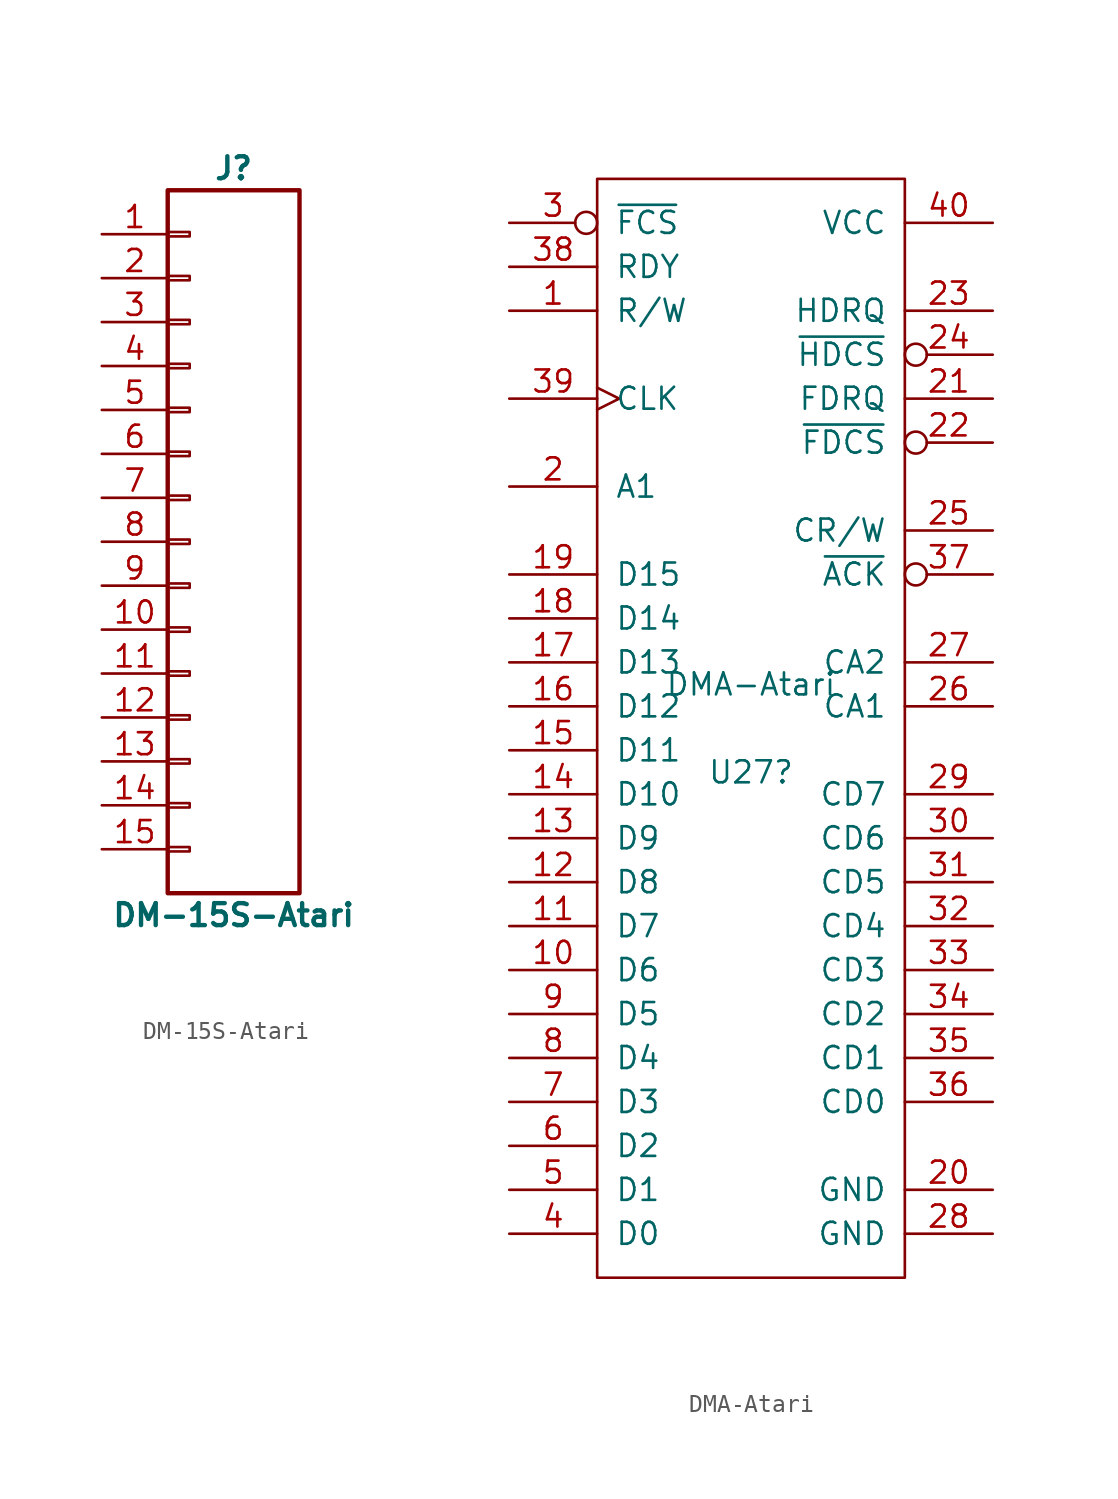
<source format=kicad_sym>
(kicad_symbol_lib
  (version 20231120)
  (generator "kicad_symbol_editor")
  (generator_version "8.0")
  (symbol "DM-15S-Atari"
    (pin_names
      (offset 1.016) hide)
    (property "Reference" "J"
      (at 0 21.59 0)
      (effects (font (size 1.27 1.27) (bold yes))))
    (property "Value" "DM-15S-Atari"
      (at 0 -21.59 0)
      (effects (font (size 1.27 1.27) (bold yes))))
    (symbol "DM-15S-Atari_1_1"
      (rectangle (start -3.81 -17.653) (end -2.54 -17.907) (stroke (width 0.152) (type solid)) (fill (type none)))
      (rectangle (start -3.81 -15.113) (end -2.54 -15.367) (stroke (width 0.152) (type solid)) (fill (type none)))
      (rectangle (start -3.81 -12.573) (end -2.54 -12.827) (stroke (width 0.152) (type solid)) (fill (type none)))
      (rectangle (start -3.81 -10.033) (end -2.54 -10.287) (stroke (width 0.152) (type solid)) (fill (type none)))
      (rectangle (start -3.81 -7.493) (end -2.54 -7.747) (stroke (width 0.152) (type solid)) (fill (type none)))
      (rectangle (start -3.81 -4.953) (end -2.54 -5.207) (stroke (width 0.152) (type solid)) (fill (type none)))
      (rectangle (start -3.81 -2.413) (end -2.54 -2.667) (stroke (width 0.152) (type solid)) (fill (type none)))
      (rectangle (start -3.81 0.127) (end -2.54 -0.127) (stroke (width 0.152) (type solid)) (fill (type none)))
      (rectangle (start -3.81 2.667) (end -2.54 2.413) (stroke (width 0.152) (type solid)) (fill (type none)))
      (rectangle (start -3.81 5.207) (end -2.54 4.953) (stroke (width 0.152) (type solid)) (fill (type none)))
      (rectangle (start -3.81 7.747) (end -2.54 7.493) (stroke (width 0.152) (type solid)) (fill (type none)))
      (rectangle (start -3.81 10.287) (end -2.54 10.033) (stroke (width 0.152) (type solid)) (fill (type none)))
      (rectangle (start -3.81 12.827) (end -2.54 12.573) (stroke (width 0.152) (type solid)) (fill (type none)))
      (rectangle (start -3.81 15.367) (end -2.54 15.113) (stroke (width 0.152) (type solid)) (fill (type none)))
      (rectangle (start -3.81 17.907) (end -2.54 17.653) (stroke (width 0.152) (type solid)) (fill (type none)))
      (rectangle (start -3.81 20.32) (end 3.81 -20.32) (stroke (width 0.254) (type solid)) (fill (type none)))
      (pin passive line (at -7.62 17.78 0) (length 3.81) (name "Pin_1" (effects (font (size 1.27 1.27)))) (number "1" (effects (font (size 1.27 1.27)))))
      (pin passive line (at -7.62 -5.08 0) (length 3.81) (name "Pin_10" (effects (font (size 1.27 1.27)))) (number "10" (effects (font (size 1.27 1.27)))))
      (pin passive line (at -7.62 -7.62 0) (length 3.81) (name "Pin_11" (effects (font (size 1.27 1.27)))) (number "11" (effects (font (size 1.27 1.27)))))
      (pin passive line (at -7.62 -10.16 0) (length 3.81) (name "Pin_12" (effects (font (size 1.27 1.27)))) (number "12" (effects (font (size 1.27 1.27)))))
      (pin passive line (at -7.62 -12.7 0) (length 3.81) (name "Pin_13" (effects (font (size 1.27 1.27)))) (number "13" (effects (font (size 1.27 1.27)))))
      (pin passive line (at -7.62 -15.24 0) (length 3.81) (name "Pin_14" (effects (font (size 1.27 1.27)))) (number "14" (effects (font (size 1.27 1.27)))))
      (pin passive line (at -7.62 -17.78 0) (length 3.81) (name "Pin_15" (effects (font (size 1.27 1.27)))) (number "15" (effects (font (size 1.27 1.27)))))
      (pin passive line (at -7.62 15.24 0) (length 3.81) (name "Pin_2" (effects (font (size 1.27 1.27)))) (number "2" (effects (font (size 1.27 1.27)))))
      (pin passive line (at -7.62 12.7 0) (length 3.81) (name "Pin_3" (effects (font (size 1.27 1.27)))) (number "3" (effects (font (size 1.27 1.27)))))
      (pin passive line (at -7.62 10.16 0) (length 3.81) (name "Pin_4" (effects (font (size 1.27 1.27)))) (number "4" (effects (font (size 1.27 1.27)))))
      (pin passive line (at -7.62 7.62 0) (length 3.81) (name "Pin_5" (effects (font (size 1.27 1.27)))) (number "5" (effects (font (size 1.27 1.27)))))
      (pin passive line (at -7.62 5.08 0) (length 3.81) (name "Pin_6" (effects (font (size 1.27 1.27)))) (number "6" (effects (font (size 1.27 1.27)))))
      (pin passive line (at -7.62 2.54 0) (length 3.81) (name "Pin_7" (effects (font (size 1.27 1.27)))) (number "7" (effects (font (size 1.27 1.27)))))
      (pin passive line (at -7.62 0 0) (length 3.81) (name "Pin_8" (effects (font (size 1.27 1.27)))) (number "8" (effects (font (size 1.27 1.27)))))
      (pin passive line (at -7.62 -2.54 0) (length 3.81) (name "Pin_9" (effects (font (size 1.27 1.27)))) (number "9" (effects (font (size 1.27 1.27)))))))
  (symbol "DMA-Atari"
    (pin_names
      (offset 1.016))
    (property "Reference" "U27"
      (at 0 -2.54 0)
      (effects (font (size 1.27 1.27))))
    (property "Value" "DMA-Atari"
      (at 0 2.54 0)
      (effects (font (size 1.27 1.27))))
    (property "Footprint" ""
      (at 0 0 0)
      (effects (font (size 1.524 1.524))))
    (property "Datasheet" ""
      (at 0 0 0)
      (effects (font (size 1.524 1.524))))
    (symbol "DMA-Atari_1_0"
      (rectangle (start -8.89 -31.75) (end 8.89 31.75) (stroke (width 0) (type solid)) (fill (type none))))
    (symbol "DMA-Atari_1_1"
      (pin bidirectional line (at -13.97 24.13 0) (length 5.08) (name "R/W" (effects (font (size 1.27 1.27)))) (number "1" (effects (font (size 1.27 1.27)))))
      (pin bidirectional line (at -13.97 -13.97 0) (length 5.08) (name "D6" (effects (font (size 1.27 1.27)))) (number "10" (effects (font (size 1.27 1.27)))))
      (pin bidirectional line (at -13.97 -11.43 0) (length 5.08) (name "D7" (effects (font (size 1.27 1.27)))) (number "11" (effects (font (size 1.27 1.27)))))
      (pin bidirectional line (at -13.97 -8.89 0) (length 5.08) (name "D8" (effects (font (size 1.27 1.27)))) (number "12" (effects (font (size 1.27 1.27)))))
      (pin bidirectional line (at -13.97 -6.35 0) (length 5.08) (name "D9" (effects (font (size 1.27 1.27)))) (number "13" (effects (font (size 1.27 1.27)))))
      (pin bidirectional line (at -13.97 -3.81 0) (length 5.08) (name "D10" (effects (font (size 1.27 1.27)))) (number "14" (effects (font (size 1.27 1.27)))))
      (pin bidirectional line (at -13.97 -1.27 0) (length 5.08) (name "D11" (effects (font (size 1.27 1.27)))) (number "15" (effects (font (size 1.27 1.27)))))
      (pin bidirectional line (at -13.97 1.27 0) (length 5.08) (name "D12" (effects (font (size 1.27 1.27)))) (number "16" (effects (font (size 1.27 1.27)))))
      (pin bidirectional line (at -13.97 3.81 0) (length 5.08) (name "D13" (effects (font (size 1.27 1.27)))) (number "17" (effects (font (size 1.27 1.27)))))
      (pin bidirectional line (at -13.97 6.35 0) (length 5.08) (name "D14" (effects (font (size 1.27 1.27)))) (number "18" (effects (font (size 1.27 1.27)))))
      (pin bidirectional line (at -13.97 8.89 0) (length 5.08) (name "D15" (effects (font (size 1.27 1.27)))) (number "19" (effects (font (size 1.27 1.27)))))
      (pin input line (at -13.97 13.97 0) (length 5.08) (name "A1" (effects (font (size 1.27 1.27)))) (number "2" (effects (font (size 1.27 1.27)))))
      (pin power_in line (at 13.97 -26.67 180) (length 5.08) (name "GND" (effects (font (size 1.27 1.27)))) (number "20" (effects (font (size 1.27 1.27)))))
      (pin bidirectional line (at 13.97 19.05 180) (length 5.08) (name "FDRQ" (effects (font (size 1.27 1.27)))) (number "21" (effects (font (size 1.27 1.27)))))
      (pin bidirectional inverted (at 13.97 16.51 180) (length 5.08) (name "~{FDCS}" (effects (font (size 1.27 1.27)))) (number "22" (effects (font (size 1.27 1.27)))))
      (pin bidirectional line (at 13.97 24.13 180) (length 5.08) (name "HDRQ" (effects (font (size 1.27 1.27)))) (number "23" (effects (font (size 1.27 1.27)))))
      (pin bidirectional inverted (at 13.97 21.59 180) (length 5.08) (name "~{HDCS}" (effects (font (size 1.27 1.27)))) (number "24" (effects (font (size 1.27 1.27)))))
      (pin bidirectional line (at 13.97 11.43 180) (length 5.08) (name "CR/W" (effects (font (size 1.27 1.27)))) (number "25" (effects (font (size 1.27 1.27)))))
      (pin bidirectional line (at 13.97 1.27 180) (length 5.08) (name "CA1" (effects (font (size 1.27 1.27)))) (number "26" (effects (font (size 1.27 1.27)))))
      (pin bidirectional line (at 13.97 3.81 180) (length 5.08) (name "CA2" (effects (font (size 1.27 1.27)))) (number "27" (effects (font (size 1.27 1.27)))))
      (pin power_in line (at 13.97 -29.21 180) (length 5.08) (name "GND" (effects (font (size 1.27 1.27)))) (number "28" (effects (font (size 1.27 1.27)))))
      (pin bidirectional line (at 13.97 -3.81 180) (length 5.08) (name "CD7" (effects (font (size 1.27 1.27)))) (number "29" (effects (font (size 1.27 1.27)))))
      (pin bidirectional inverted (at -13.97 29.21 0) (length 5.08) (name "~{FCS}" (effects (font (size 1.27 1.27)))) (number "3" (effects (font (size 1.27 1.27)))))
      (pin bidirectional line (at 13.97 -6.35 180) (length 5.08) (name "CD6" (effects (font (size 1.27 1.27)))) (number "30" (effects (font (size 1.27 1.27)))))
      (pin bidirectional line (at 13.97 -8.89 180) (length 5.08) (name "CD5" (effects (font (size 1.27 1.27)))) (number "31" (effects (font (size 1.27 1.27)))))
      (pin bidirectional line (at 13.97 -11.43 180) (length 5.08) (name "CD4" (effects (font (size 1.27 1.27)))) (number "32" (effects (font (size 1.27 1.27)))))
      (pin bidirectional line (at 13.97 -13.97 180) (length 5.08) (name "CD3" (effects (font (size 1.27 1.27)))) (number "33" (effects (font (size 1.27 1.27)))))
      (pin bidirectional line (at 13.97 -16.51 180) (length 5.08) (name "CD2" (effects (font (size 1.27 1.27)))) (number "34" (effects (font (size 1.27 1.27)))))
      (pin bidirectional line (at 13.97 -19.05 180) (length 5.08) (name "CD1" (effects (font (size 1.27 1.27)))) (number "35" (effects (font (size 1.27 1.27)))))
      (pin bidirectional line (at 13.97 -21.59 180) (length 5.08) (name "CD0" (effects (font (size 1.27 1.27)))) (number "36" (effects (font (size 1.27 1.27)))))
      (pin bidirectional inverted (at 13.97 8.89 180) (length 5.08) (name "~{ACK}" (effects (font (size 1.27 1.27)))) (number "37" (effects (font (size 1.27 1.27)))))
      (pin bidirectional line (at -13.97 26.67 0) (length 5.08) (name "RDY" (effects (font (size 1.27 1.27)))) (number "38" (effects (font (size 1.27 1.27)))))
      (pin input clock (at -13.97 19.05 0) (length 5.08) (name "CLK" (effects (font (size 1.27 1.27)))) (number "39" (effects (font (size 1.27 1.27)))))
      (pin bidirectional line (at -13.97 -29.21 0) (length 5.08) (name "D0" (effects (font (size 1.27 1.27)))) (number "4" (effects (font (size 1.27 1.27)))))
      (pin power_in line (at 13.97 29.21 180) (length 5.08) (name "VCC" (effects (font (size 1.27 1.27)))) (number "40" (effects (font (size 1.27 1.27)))))
      (pin bidirectional line (at -13.97 -26.67 0) (length 5.08) (name "D1" (effects (font (size 1.27 1.27)))) (number "5" (effects (font (size 1.27 1.27)))))
      (pin bidirectional line (at -13.97 -24.13 0) (length 5.08) (name "D2" (effects (font (size 1.27 1.27)))) (number "6" (effects (font (size 1.27 1.27)))))
      (pin bidirectional line (at -13.97 -21.59 0) (length 5.08) (name "D3" (effects (font (size 1.27 1.27)))) (number "7" (effects (font (size 1.27 1.27)))))
      (pin bidirectional line (at -13.97 -19.05 0) (length 5.08) (name "D4" (effects (font (size 1.27 1.27)))) (number "8" (effects (font (size 1.27 1.27)))))
      (pin bidirectional line (at -13.97 -16.51 0) (length 5.08) (name "D5" (effects (font (size 1.27 1.27)))) (number "9" (effects (font (size 1.27 1.27))))))))
</source>
